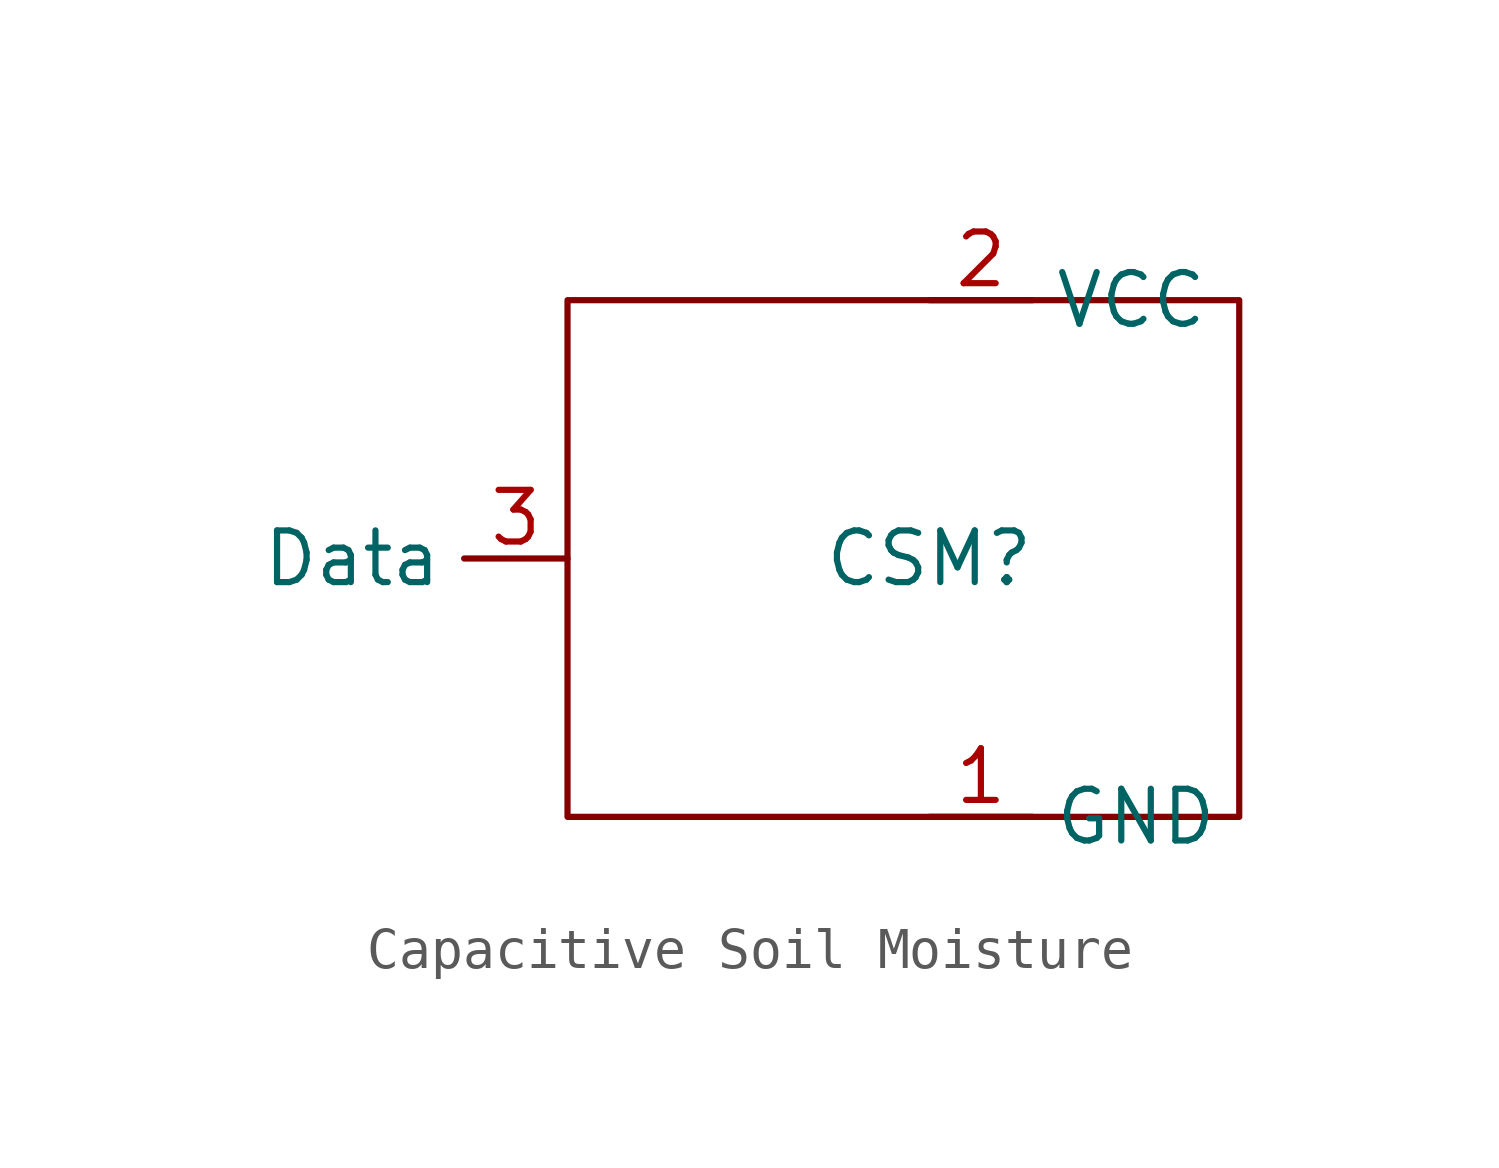
<source format=kicad_sym>
(kicad_symbol_lib
  (version 20241209)
  (generator "kicad_symbol_editor")
  (generator_version "9.0")
  (symbol "Capacitive Soil Moisture"
    (property "Reference" "CSM"
      (at 0 0 0)
      (effects (font (size 1.27 1.27))))
    (property "Value" ""
      (at 0 0 0)
      (effects (font (size 1.27 1.27))))
    (symbol "Capacitive Soil Moisture_0_1"
      (rectangle (start -8.89 6.35) (end 7.62 -6.35) (stroke (width 0) (type default)) (fill (type none))))
    (symbol "Capacitive Soil Moisture_1_1"
      (pin output line (at -8.89 0 180) (length 2.54) (name "Data" (effects (font (size 1.27 1.27)))) (number "3" (effects (font (size 1.27 1.27)))))
      (pin power_in line (at 0 6.35 0) (length 2.54) (name "VCC" (effects (font (size 1.27 1.27)))) (number "2" (effects (font (size 1.27 1.27)))))
      (pin power_in line (at 0 -6.35 0) (length 2.54) (name "GND" (effects (font (size 1.27 1.27)))) (number "1" (effects (font (size 1.27 1.27))))))))
</source>
